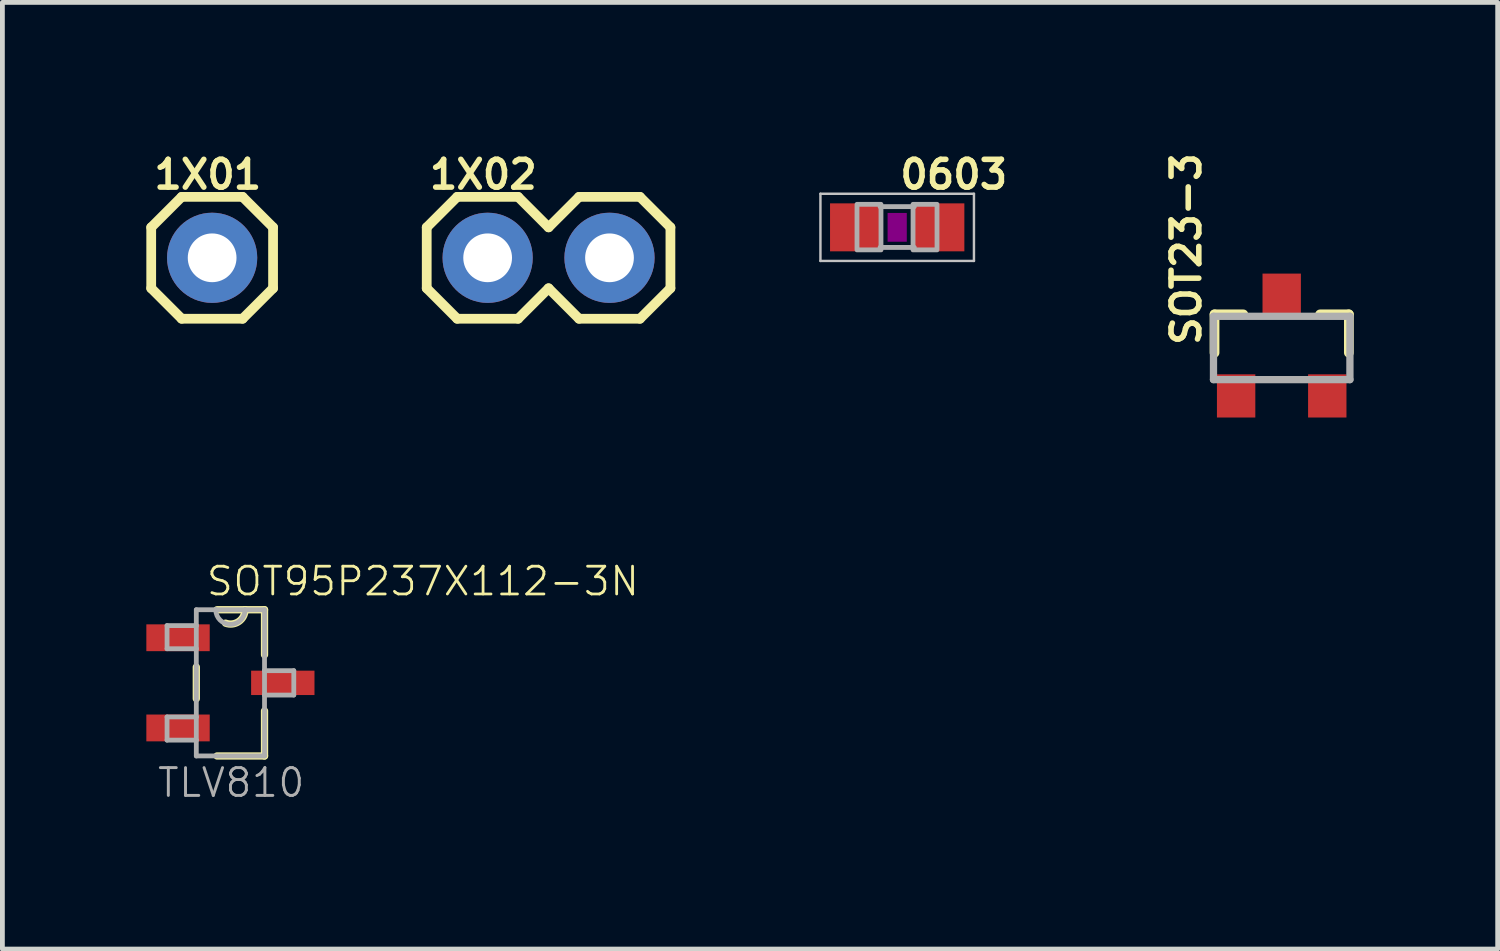
<source format=kicad_pcb>
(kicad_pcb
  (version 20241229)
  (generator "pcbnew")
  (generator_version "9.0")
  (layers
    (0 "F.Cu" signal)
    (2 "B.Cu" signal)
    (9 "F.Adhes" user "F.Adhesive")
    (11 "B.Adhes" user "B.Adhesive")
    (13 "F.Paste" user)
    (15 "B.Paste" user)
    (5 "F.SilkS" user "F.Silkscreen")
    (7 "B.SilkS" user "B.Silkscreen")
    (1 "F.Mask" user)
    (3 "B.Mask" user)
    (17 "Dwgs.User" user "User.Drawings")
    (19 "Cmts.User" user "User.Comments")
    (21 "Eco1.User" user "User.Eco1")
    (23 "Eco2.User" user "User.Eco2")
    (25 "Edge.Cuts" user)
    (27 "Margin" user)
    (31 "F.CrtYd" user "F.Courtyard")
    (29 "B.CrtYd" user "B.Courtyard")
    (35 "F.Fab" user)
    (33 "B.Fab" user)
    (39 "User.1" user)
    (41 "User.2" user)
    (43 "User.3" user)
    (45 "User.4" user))
  (footprint "0603"
    (layer "F.Cu")
    (at 15.652 1.689)
    (property "Reference" "0603" (at 0 -0.762 0) (layer "F.SilkS") (effects (font (size 0.579 0.579) (thickness 0.116)) (justify left bottom)))
    (attr through_hole)
    (fp_poly (pts (xy -0.2 0.3) (xy 0.2 0.3) (xy 0.2 -0.3) (xy -0.2 -0.3)) (stroke (width 0) (type solid)) (fill yes) (layer "F.Adhes"))
    (fp_line (start -1.6 -0.7) (end 1.6 -0.7) (stroke (width 0.051) (type solid)) (layer "Dwgs.User"))
    (fp_line (start -1.6 0.7) (end -1.6 -0.7) (stroke (width 0.051) (type solid)) (layer "Dwgs.User"))
    (fp_line (start 1.6 -0.7) (end 1.6 0.7) (stroke (width 0.051) (type solid)) (layer "Dwgs.User"))
    (fp_line (start 1.6 0.7) (end -1.6 0.7) (stroke (width 0.051) (type solid)) (layer "Dwgs.User"))
    (fp_line (start -0.356 -0.432) (end 0.356 -0.432) (stroke (width 0.102) (type solid)) (layer "F.Fab"))
    (fp_line (start -0.356 0.419) (end 0.356 0.419) (stroke (width 0.102) (type solid)) (layer "F.Fab"))
    (fp_poly (pts (xy -0.838 0.47) (xy -0.338 0.47) (xy -0.338 -0.48) (xy -0.838 -0.48)) (stroke (width 0.1) (type solid)) (fill no) (layer "F.Fab"))
    (fp_poly (pts (xy 0.33 0.47) (xy 0.83 0.47) (xy 0.83 -0.48) (xy 0.33 -0.48)) (stroke (width 0.1) (type solid)) (fill no) (layer "F.Fab"))
    (pad "1" smd rect (at -0.85 0) (size 1.1 1) (layers "F.Cu" "F.Mask" "F.Paste"))
    (pad "2" smd rect (at 0.85 0) (size 1.1 1) (layers "F.Cu" "F.Mask" "F.Paste")))
  (footprint "SOT23-3"
    (layer "F.Cu")
    (at 23.667 4.203)
    (property "Reference" "SOT23-3" (at -1.651 0 90) (layer "F.SilkS") (effects (font (size 0.579 0.579) (thickness 0.116)) (justify left bottom)))
    (attr through_hole)
    (fp_line (start -1.4 -0.7) (end -1.4 0.1) (stroke (width 0.203) (type solid)) (layer "F.SilkS"))
    (fp_line (start -0.8 -0.7) (end -1.4 -0.7) (stroke (width 0.203) (type solid)) (layer "F.SilkS"))
    (fp_line (start 0.8 -0.7) (end 1.4 -0.7) (stroke (width 0.203) (type solid)) (layer "F.SilkS"))
    (fp_line (start 1.4 -0.7) (end 1.4 0.1) (stroke (width 0.203) (type solid)) (layer "F.SilkS"))
    (fp_line (start -1.422 -0.66) (end 1.422 -0.66) (stroke (width 0.152) (type solid)) (layer "F.Fab"))
    (fp_line (start -1.422 0.66) (end -1.422 -0.66) (stroke (width 0.152) (type solid)) (layer "F.Fab"))
    (fp_line (start 1.422 -0.66) (end 1.422 0.66) (stroke (width 0.152) (type solid)) (layer "F.Fab"))
    (fp_line (start 1.422 0.66) (end -1.422 0.66) (stroke (width 0.152) (type solid)) (layer "F.Fab"))
    (pad "1" smd rect (at -0.95 1) (size 0.8 0.9) (layers "F.Cu" "F.Mask" "F.Paste"))
    (pad "2" smd rect (at 0.95 1) (size 0.8 0.9) (layers "F.Cu" "F.Mask" "F.Paste"))
    (pad "3" smd rect (at 0 -1.1) (size 0.8 0.9) (layers "F.Cu" "F.Mask" "F.Paste")))
  (footprint "1X02"
    (layer "F.Cu")
    (at 7.115 2.324)
    (property "Reference" "1X02" (at -1.27 -1.397 0) (layer "F.SilkS") (effects (font (size 0.579 0.579) (thickness 0.116)) (justify left bottom)))
    (attr through_hole)
    (fp_line (start -1.27 -0.635) (end -1.27 0.635) (stroke (width 0.203) (type solid)) (layer "F.SilkS"))
    (fp_line (start -1.27 0.635) (end -0.635 1.27) (stroke (width 0.203) (type solid)) (layer "F.SilkS"))
    (fp_line (start -0.635 -1.27) (end -1.27 -0.635) (stroke (width 0.203) (type solid)) (layer "F.SilkS"))
    (fp_line (start -0.635 -1.27) (end 0.635 -1.27) (stroke (width 0.203) (type solid)) (layer "F.SilkS"))
    (fp_line (start 0.635 -1.27) (end 1.27 -0.635) (stroke (width 0.203) (type solid)) (layer "F.SilkS"))
    (fp_line (start 0.635 1.27) (end -0.635 1.27) (stroke (width 0.203) (type solid)) (layer "F.SilkS"))
    (fp_line (start 1.27 -0.635) (end 1.905 -1.27) (stroke (width 0.203) (type solid)) (layer "F.SilkS"))
    (fp_line (start 1.27 0.635) (end 0.635 1.27) (stroke (width 0.203) (type solid)) (layer "F.SilkS"))
    (fp_line (start 1.905 -1.27) (end 3.175 -1.27) (stroke (width 0.203) (type solid)) (layer "F.SilkS"))
    (fp_line (start 1.905 1.27) (end 1.27 0.635) (stroke (width 0.203) (type solid)) (layer "F.SilkS"))
    (fp_line (start 3.175 -1.27) (end 3.81 -0.635) (stroke (width 0.203) (type solid)) (layer "F.SilkS"))
    (fp_line (start 3.175 1.27) (end 1.905 1.27) (stroke (width 0.203) (type solid)) (layer "F.SilkS"))
    (fp_line (start 3.81 -0.635) (end 3.81 0.635) (stroke (width 0.203) (type solid)) (layer "F.SilkS"))
    (fp_line (start 3.81 0.635) (end 3.175 1.27) (stroke (width 0.203) (type solid)) (layer "F.SilkS"))
    (fp_poly (pts (xy -0.254 0.254) (xy 0.254 0.254) (xy 0.254 -0.254) (xy -0.254 -0.254)) (stroke (width 0.1) (type solid)) (fill no) (layer "F.Fab"))
    (fp_poly (pts (xy 2.286 0.254) (xy 2.794 0.254) (xy 2.794 -0.254) (xy 2.286 -0.254)) (stroke (width 0.1) (type solid)) (fill no) (layer "F.Fab"))
    (pad "1" thru_hole circle (at 0 0 90) (size 1.88 1.88) (drill 1.016) (layers "*.Cu" "*.Mask"))
    (pad "2" thru_hole circle (at 2.54 0 90) (size 1.88 1.88) (drill 1.016) (layers "*.Cu" "*.Mask")))
  (footprint "1X01"
    (layer "F.Cu")
    (at 1.372 2.324)
    (property "Reference" "1X01" (at -1.27 -1.397 0) (layer "F.SilkS") (effects (font (size 0.579 0.579) (thickness 0.116)) (justify left bottom)))
    (attr through_hole)
    (fp_line (start -1.27 -0.635) (end -1.27 0.635) (stroke (width 0.203) (type solid)) (layer "F.SilkS"))
    (fp_line (start -1.27 0.635) (end -0.635 1.27) (stroke (width 0.203) (type solid)) (layer "F.SilkS"))
    (fp_line (start -0.635 -1.27) (end -1.27 -0.635) (stroke (width 0.203) (type solid)) (layer "F.SilkS"))
    (fp_line (start -0.635 1.27) (end 0.635 1.27) (stroke (width 0.203) (type solid)) (layer "F.SilkS"))
    (fp_line (start 0.635 -1.27) (end -0.635 -1.27) (stroke (width 0.203) (type solid)) (layer "F.SilkS"))
    (fp_line (start 0.635 1.27) (end 1.27 0.635) (stroke (width 0.203) (type solid)) (layer "F.SilkS"))
    (fp_line (start 1.27 -0.635) (end 0.635 -1.27) (stroke (width 0.203) (type solid)) (layer "F.SilkS"))
    (fp_line (start 1.27 0.635) (end 1.27 -0.635) (stroke (width 0.203) (type solid)) (layer "F.SilkS"))
    (fp_poly (pts (xy -0.254 0.254) (xy 0.254 0.254) (xy 0.254 -0.254) (xy -0.254 -0.254)) (stroke (width 0.1) (type solid)) (fill no) (layer "F.Fab"))
    (pad "1" thru_hole circle (at 0 0 90) (size 1.88 1.88) (drill 1.016) (layers "*.Cu" "*.Mask")))
  (footprint "SOT95P237X112-3N"
    (layer "F.Cu")
    (at 1.753 11.184)
    (property "Reference" "SOT95P237X112-3N" (at -0.534 -1.779 0) (layer "F.SilkS") (effects (font (size 0.579 0.579) (thickness 0.058)) (justify left bottom)))
    (attr through_hole)
    (fp_line (start -0.711 -0.33) (end -0.711 0.33) (stroke (width 0.152) (type solid)) (layer "F.SilkS"))
    (fp_line (start -0.279 1.524) (end 0.711 1.524) (stroke (width 0.152) (type solid)) (layer "F.SilkS"))
    (fp_line (start 0.305 -1.524) (end -0.279 -1.524) (stroke (width 0.152) (type solid)) (layer "F.SilkS"))
    (fp_line (start 0.711 -1.524) (end 0.305 -1.524) (stroke (width 0.152) (type solid)) (layer "F.SilkS"))
    (fp_line (start 0.711 -0.584) (end 0.711 -1.524) (stroke (width 0.152) (type solid)) (layer "F.SilkS"))
    (fp_line (start 0.711 1.524) (end 0.711 0.584) (stroke (width 0.152) (type solid)) (layer "F.SilkS"))
    (fp_arc (start 0.3048 -1.524) (mid 0.174323 -1.278521) (end -0.1016 -1.2446) (stroke (width 0.1524) (type solid)) (layer "F.SilkS"))
    (fp_line (start -1.321 -1.194) (end -1.321 -0.711) (stroke (width 0.1) (type solid)) (layer "F.Fab"))
    (fp_line (start -1.321 -0.711) (end -0.711 -0.711) (stroke (width 0.1) (type solid)) (layer "F.Fab"))
    (fp_line (start -1.321 0.711) (end -1.321 1.194) (stroke (width 0.1) (type solid)) (layer "F.Fab"))
    (fp_line (start -1.321 1.194) (end -0.711 1.194) (stroke (width 0.1) (type solid)) (layer "F.Fab"))
    (fp_line (start -0.711 -1.524) (end -0.711 -1.194) (stroke (width 0.1) (type solid)) (layer "F.Fab"))
    (fp_line (start -0.711 -1.194) (end -1.321 -1.194) (stroke (width 0.1) (type solid)) (layer "F.Fab"))
    (fp_line (start -0.711 -1.194) (end -0.711 -0.711) (stroke (width 0.1) (type solid)) (layer "F.Fab"))
    (fp_line (start -0.711 -0.711) (end -0.711 0.711) (stroke (width 0.1) (type solid)) (layer "F.Fab"))
    (fp_line (start -0.711 0.711) (end -1.321 0.711) (stroke (width 0.1) (type solid)) (layer "F.Fab"))
    (fp_line (start -0.711 1.194) (end -0.711 0.711) (stroke (width 0.1) (type solid)) (layer "F.Fab"))
    (fp_line (start -0.711 1.524) (end -0.711 1.194) (stroke (width 0.1) (type solid)) (layer "F.Fab"))
    (fp_line (start -0.711 1.524) (end 0.711 1.524) (stroke (width 0.1) (type solid)) (layer "F.Fab"))
    (fp_line (start -0.305 -1.524) (end -0.711 -1.524) (stroke (width 0.1) (type solid)) (layer "F.Fab"))
    (fp_line (start 0.305 -1.524) (end -0.305 -1.524) (stroke (width 0.1) (type solid)) (layer "F.Fab"))
    (fp_line (start 0.711 -1.524) (end 0.305 -1.524) (stroke (width 0.1) (type solid)) (layer "F.Fab"))
    (fp_line (start 0.711 -0.254) (end 0.711 -1.524) (stroke (width 0.1) (type solid)) (layer "F.Fab"))
    (fp_line (start 0.711 0.254) (end 0.711 -0.254) (stroke (width 0.1) (type solid)) (layer "F.Fab"))
    (fp_line (start 0.711 0.254) (end 1.321 0.254) (stroke (width 0.1) (type solid)) (layer "F.Fab"))
    (fp_line (start 0.711 1.524) (end 0.711 0.254) (stroke (width 0.1) (type solid)) (layer "F.Fab"))
    (fp_line (start 1.321 -0.254) (end 0.711 -0.254) (stroke (width 0.1) (type solid)) (layer "F.Fab"))
    (fp_line (start 1.321 0.254) (end 1.321 -0.254) (stroke (width 0.1) (type solid)) (layer "F.Fab"))
    (fp_arc (start 0.3048 -1.524) (mid 0 -1.2192) (end -0.3048 -1.524) (stroke (width 0.1) (type solid)) (layer "F.Fab"))
    (fp_text user "TLV810" (at -1.555 2.42 0) (layer "F.Fab") (effects (font (size 0.579 0.579) (thickness 0.061)) (justify left bottom)))
    (pad "1" smd rect (at -1.092 -0.94) (size 1.321 0.559) (layers "F.Cu" "F.Mask" "F.Paste"))
    (pad "2" smd rect (at -1.092 0.94) (size 1.321 0.559) (layers "F.Cu" "F.Mask" "F.Paste"))
    (pad "3" smd rect (at 1.092 0) (size 1.321 0.508) (layers "F.Cu" "F.Mask" "F.Paste")))
  (gr_rect
    (start -3 -3)
    (end 28.169 16.733)
    (stroke (width 0.1) (type default))
    (fill no)
    (layer "Edge.Cuts")))
</source>
